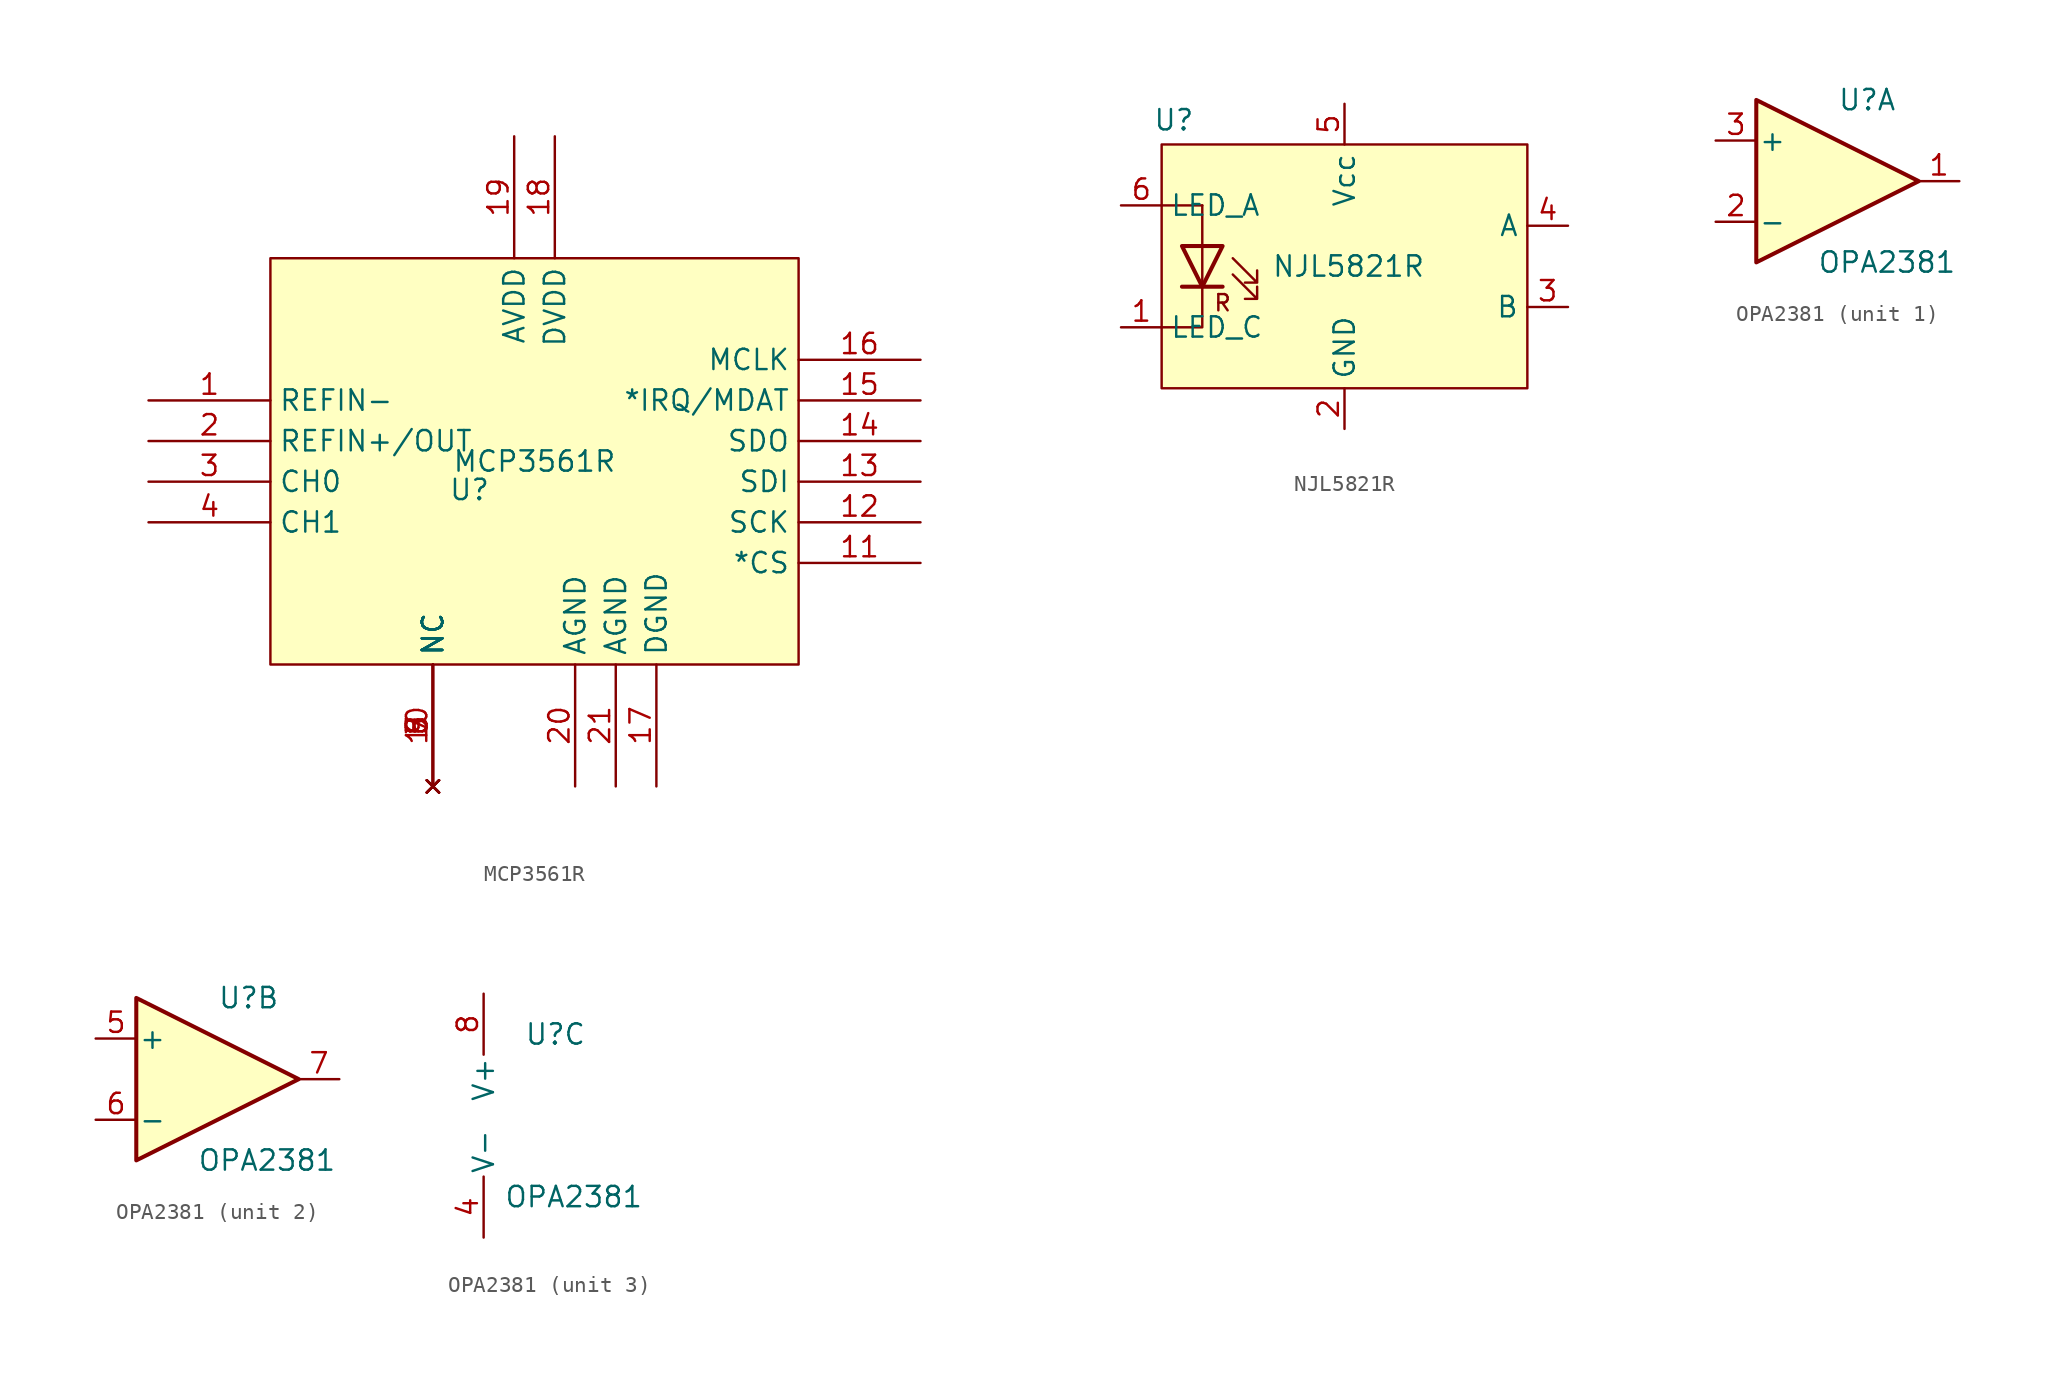
<source format=kicad_sym>
(kicad_symbol_lib
  (version 20241209)
  (generator "kicad_symbol_editor")
  (generator_version "9.0")
  (symbol "MCP3561R"
    (property "Reference" "U"
      (at -4.064 -1.778 0)
      (effects (font (size 1.27 1.27))))
    (property "Value" "MCP3561R"
      (at 0 0 0)
      (effects (font (size 1.27 1.27))))
    (symbol "MCP3561R_0_1"
      (pin input line (at -24.13 3.81 0) (length 7.62) (name "REFIN-" (effects (font (size 1.27 1.27)))) (number "1" (effects (font (size 1.27 1.27)))))
      (pin bidirectional line (at -24.13 1.27 0) (length 7.62) (name "REFIN+/OUT" (effects (font (size 1.27 1.27)))) (number "2" (effects (font (size 1.27 1.27)))))
      (pin input line (at -24.13 -1.27 0) (length 7.62) (name "CH0" (effects (font (size 1.27 1.27)))) (number "3" (effects (font (size 1.27 1.27)))))
      (pin input line (at -24.13 -3.81 0) (length 7.62) (name "CH1" (effects (font (size 1.27 1.27)))) (number "4" (effects (font (size 1.27 1.27)))))
      (pin no_connect line (at -6.35 -20.32 90) (length 7.62) (name "NC" (effects (font (size 1.27 1.27)))) (number "10" (effects (font (size 1.27 1.27)))))
      (pin no_connect line (at -6.35 -20.32 90) (length 7.62) (name "NC" (effects (font (size 1.27 1.27)))) (number "5" (effects (font (size 1.27 1.27)))))
      (pin no_connect line (at -6.35 -20.32 90) (length 7.62) (name "NC" (effects (font (size 1.27 1.27)))) (number "6" (effects (font (size 1.27 1.27)))))
      (pin no_connect line (at -6.35 -20.32 90) (length 7.62) (name "NC" (effects (font (size 1.27 1.27)))) (number "7" (effects (font (size 1.27 1.27)))))
      (pin no_connect line (at -6.35 -20.32 90) (length 7.62) (name "NC" (effects (font (size 1.27 1.27)))) (number "8" (effects (font (size 1.27 1.27)))))
      (pin no_connect line (at -6.35 -20.32 90) (length 7.62) (name "NC" (effects (font (size 1.27 1.27)))) (number "9" (effects (font (size 1.27 1.27)))))
      (pin power_in line (at -1.27 20.32 270) (length 7.62) (name "AVDD" (effects (font (size 1.27 1.27)))) (number "19" (effects (font (size 1.27 1.27)))))
      (pin power_in line (at 1.27 20.32 270) (length 7.62) (name "DVDD" (effects (font (size 1.27 1.27)))) (number "18" (effects (font (size 1.27 1.27)))))
      (pin power_out line (at 2.54 -20.32 90) (length 7.62) (name "AGND" (effects (font (size 1.27 1.27)))) (number "20" (effects (font (size 1.27 1.27)))))
      (pin power_out line (at 5.08 -20.32 90) (length 7.62) (name "AGND" (effects (font (size 1.27 1.27)))) (number "21" (effects (font (size 1.27 1.27)))))
      (pin power_out line (at 7.62 -20.32 90) (length 7.62) (name "DGND" (effects (font (size 1.27 1.27)))) (number "17" (effects (font (size 1.27 1.27)))))
      (pin bidirectional line (at 24.13 6.35 180) (length 7.62) (name "MCLK" (effects (font (size 1.27 1.27)))) (number "16" (effects (font (size 1.27 1.27)))))
      (pin output line (at 24.13 3.81 180) (length 7.62) (name "*IRQ/MDAT" (effects (font (size 1.27 1.27)))) (number "15" (effects (font (size 1.27 1.27)))))
      (pin output line (at 24.13 1.27 180) (length 7.62) (name "SDO" (effects (font (size 1.27 1.27)))) (number "14" (effects (font (size 1.27 1.27)))))
      (pin input line (at 24.13 -1.27 180) (length 7.62) (name "SDI" (effects (font (size 1.27 1.27)))) (number "13" (effects (font (size 1.27 1.27)))))
      (pin input line (at 24.13 -3.81 180) (length 7.62) (name "SCK" (effects (font (size 1.27 1.27)))) (number "12" (effects (font (size 1.27 1.27)))))
      (pin input line (at 24.13 -6.35 180) (length 7.62) (name "*CS" (effects (font (size 1.27 1.27)))) (number "11" (effects (font (size 1.27 1.27))))))
    (symbol "MCP3561R_1_1"
      (rectangle (start -16.51 12.7) (end 16.51 -12.7) (stroke (width 0) (type default)) (fill (type background)))))
  (symbol "NJL5821R"
    (property "Reference" "U"
      (at -10.668 9.144 0)
      (effects (font (size 1.27 1.27))))
    (property "Value" "NJL5821R"
      (at 0.254 0 0)
      (effects (font (size 1.27 1.27))))
    (symbol "NJL5821R_0_1"
      (rectangle (start -11.43 7.62) (end 11.43 -7.62) (stroke (width 0) (type default)) (fill (type background)))
      (polyline (pts (xy -11.43 3.81) (xy -8.89 3.81)) (stroke (width 0) (type default)) (fill (type none)))
      (polyline (pts (xy -11.43 -3.81) (xy -8.89 -3.81) (xy -8.89 -1.27)) (stroke (width 0) (type default)) (fill (type none)))
      (polyline (pts (xy -10.16 1.27) (xy -7.62 1.27) (xy -8.89 -1.27) (xy -10.16 1.27)) (stroke (width 0.254) (type default)) (fill (type none)))
      (polyline (pts (xy -10.16 -1.27) (xy -7.62 -1.27)) (stroke (width 0.254) (type default)) (fill (type none)))
      (polyline (pts (xy -8.89 1.27) (xy -8.89 3.81)) (stroke (width 0) (type default)) (fill (type none)))
      (polyline (pts (xy -8.89 1.27) (xy -8.89 -1.27)) (stroke (width 0) (type default)) (fill (type none)))
      (polyline (pts (xy -6.985 0.508) (xy -5.461 -1.016) (xy -5.461 -0.254) (xy -5.461 -1.016) (xy -6.223 -1.016)) (stroke (width 0) (type default)) (fill (type none)))
      (polyline (pts (xy -6.985 -0.508) (xy -5.461 -2.032) (xy -5.461 -1.27) (xy -5.461 -2.032) (xy -6.223 -2.032)) (stroke (width 0) (type default)) (fill (type none))))
    (symbol "NJL5821R_1_1"
      (text "R" (at -7.62 -2.286 0) (effects (font (size 1.016 1.016))))
      (pin passive line (at -13.97 3.81 0) (length 2.54) (name "LED_A" (effects (font (size 1.27 1.27)))) (number "6" (effects (font (size 1.27 1.27)))))
      (pin passive line (at -13.97 -3.81 0) (length 2.54) (name "LED_C" (effects (font (size 1.27 1.27)))) (number "1" (effects (font (size 1.27 1.27)))))
      (pin power_in line (at 0 10.16 270) (length 2.54) (name "Vcc" (effects (font (size 1.27 1.27)))) (number "5" (effects (font (size 1.27 1.27)))))
      (pin power_in line (at 0 -10.16 90) (length 2.54) (name "GND" (effects (font (size 1.27 1.27)))) (number "2" (effects (font (size 1.27 1.27)))))
      (pin output line (at 13.97 2.54 180) (length 2.54) (name "A" (effects (font (size 1.27 1.27)))) (number "4" (effects (font (size 1.27 1.27)))))
      (pin output line (at 13.97 -2.54 180) (length 2.54) (name "B" (effects (font (size 1.27 1.27)))) (number "3" (effects (font (size 1.27 1.27)))))))
  (symbol "OPA2381"
    (pin_names
      (offset 0.127))
    (property "Reference" "U"
      (at 0 5.08 0)
      (effects (font (size 1.27 1.27)) (justify left)))
    (property "Value" "OPA2381"
      (at -1.27 -5.08 0)
      (effects (font (size 1.27 1.27)) (justify left)))
    (property "ki_locked" ""
      (at 0 0 0)
      (effects (font (size 1.27 1.27))))
    (symbol "OPA2381_1_1"
      (polyline (pts (xy -5.08 5.08) (xy 5.08 0) (xy -5.08 -5.08) (xy -5.08 5.08)) (stroke (width 0.254) (type default)) (fill (type background)))
      (pin input line (at -7.62 2.54 0) (length 2.54) (name "+" (effects (font (size 1.27 1.27)))) (number "3" (effects (font (size 1.27 1.27)))))
      (pin input line (at -7.62 -2.54 0) (length 2.54) (name "-" (effects (font (size 1.27 1.27)))) (number "2" (effects (font (size 1.27 1.27)))))
      (pin output line (at 7.62 0 180) (length 2.54) (name "~" (effects (font (size 1.27 1.27)))) (number "1" (effects (font (size 1.27 1.27))))))
    (symbol "OPA2381_2_1"
      (polyline (pts (xy -5.08 5.08) (xy 5.08 0) (xy -5.08 -5.08) (xy -5.08 5.08)) (stroke (width 0.254) (type default)) (fill (type background)))
      (pin input line (at -7.62 2.54 0) (length 2.54) (name "+" (effects (font (size 1.27 1.27)))) (number "5" (effects (font (size 1.27 1.27)))))
      (pin input line (at -7.62 -2.54 0) (length 2.54) (name "-" (effects (font (size 1.27 1.27)))) (number "6" (effects (font (size 1.27 1.27)))))
      (pin output line (at 7.62 0 180) (length 2.54) (name "~" (effects (font (size 1.27 1.27)))) (number "7" (effects (font (size 1.27 1.27))))))
    (symbol "OPA2381_3_1"
      (pin power_in line (at -2.54 7.62 270) (length 3.81) (name "V+" (effects (font (size 1.27 1.27)))) (number "8" (effects (font (size 1.27 1.27)))))
      (pin power_in line (at -2.54 -7.62 90) (length 3.81) (name "V-" (effects (font (size 1.27 1.27)))) (number "4" (effects (font (size 1.27 1.27))))))))
</source>
